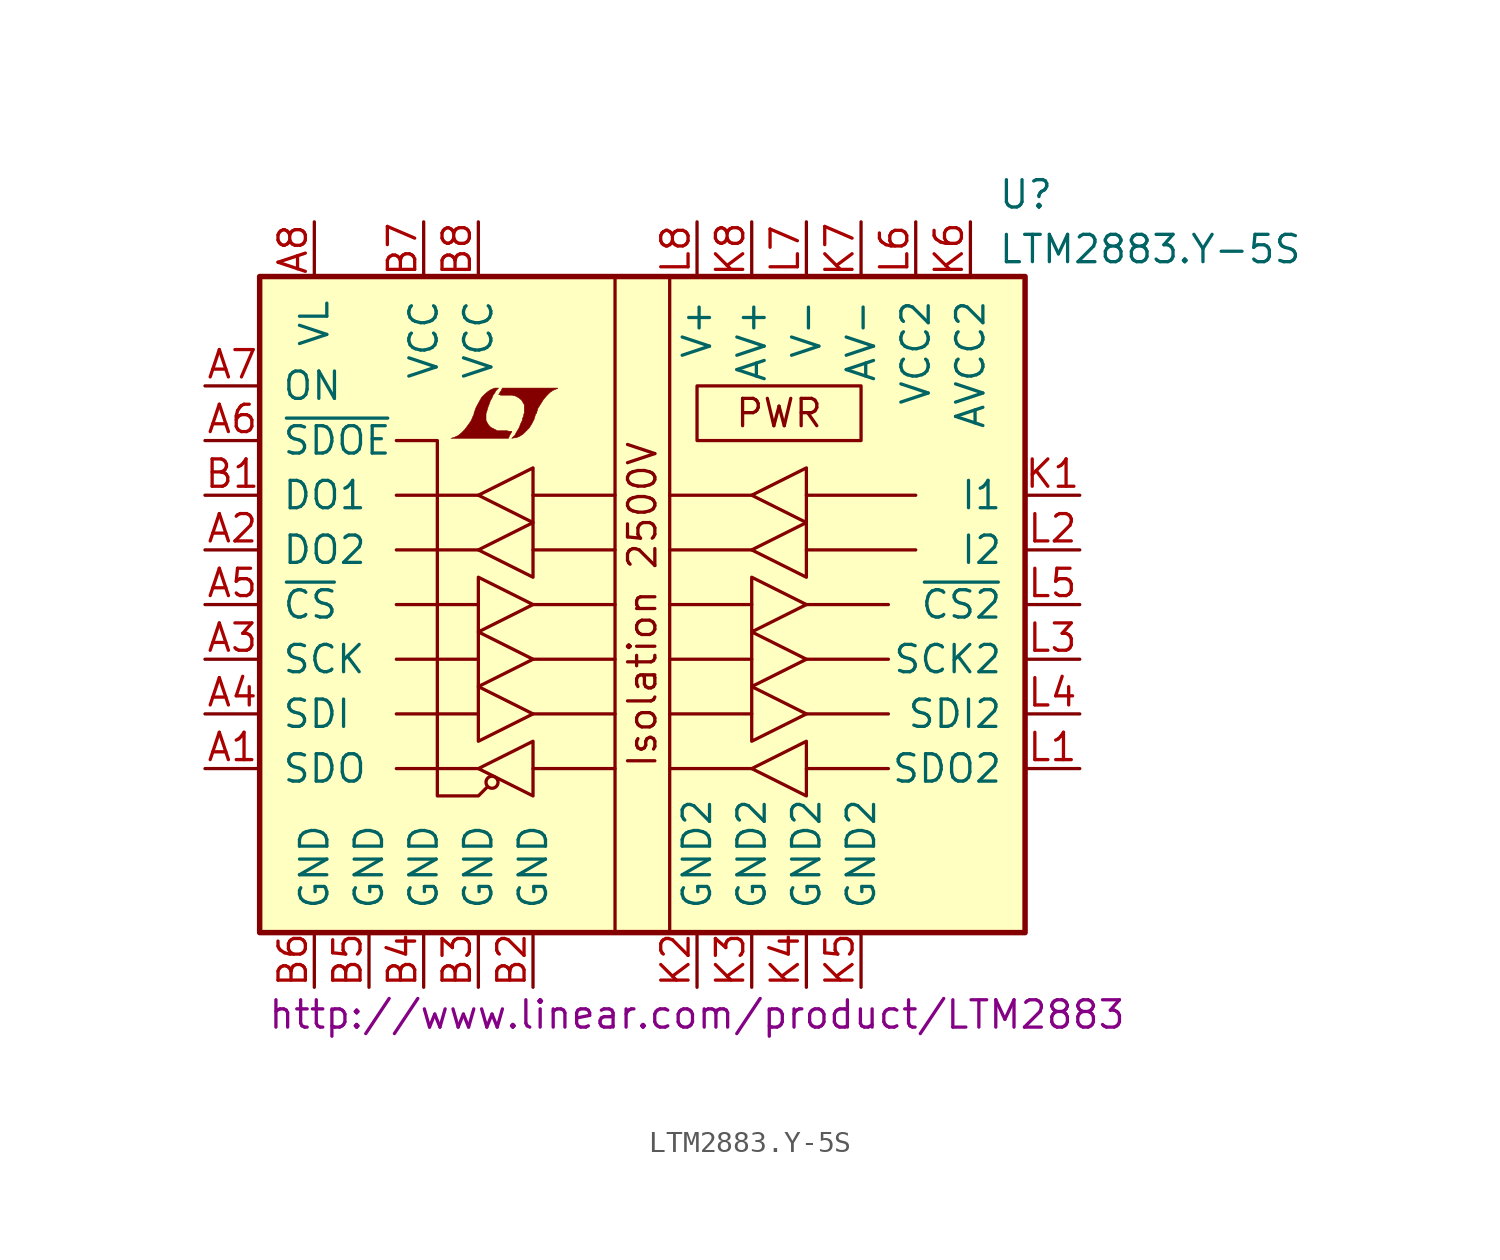
<source format=kicad_sym>
(kicad_symbol_lib
  (version 20201005)
  (generator kicad_symbol_editor)
  (symbol "LTM2883.Y-5S"
    (pin_names
      (offset 1.016))
    (property "Reference" "U"
      (at 16.51 19.05 0)
      (effects (font (size 1.27 1.27)) (justify left)))
    (property "Value" "LTM2883.Y-5S"
      (at 16.51 16.51 0)
      (effects (font (size 1.27 1.27)) (justify left)))
    (property "Datasheet" "http://www.linear.com/product/LTM2883"
      (at 2.54 -19.05 0)
      (effects (font (size 1.27 1.27))))
    (symbol "LTM2883.Y-5S_0_0"
      (text "Isolation 2500V" (at 0 0 900) (effects (font (size 1.27 1.27))))
      (text "PWR" (at 6.35 8.89 0) (effects (font (size 1.27 1.27))))
      (rectangle (start 2.54 10.16) (end 10.16 7.62) (stroke (width 0)) (fill (type none)))
      (polyline (pts (xy -6.147 7.899) (xy -6.121 7.925) (xy -6.071 8.026) (xy -6.071 8.052) (xy -6.198 8.052) (xy -6.299 8.077) (xy -6.756 8.077) (xy -6.782 8.103) (xy -7.036 8.23) (xy -7.137 8.331) (xy -7.214 8.458) (xy -7.264 8.56) (xy -7.264 8.865) (xy -7.214 9.017) (xy -7.188 9.119) (xy -7.163 9.195) (xy -7.112 9.322) (xy -7.061 9.474) (xy -6.985 9.601) (xy -6.934 9.728) (xy -6.858 9.83) (xy -6.807 9.931) (xy -6.68 10.058) (xy -6.858 10.058) (xy -6.985 10.008) (xy -7.087 9.957) (xy -7.163 9.906) (xy -7.29 9.804) (xy -7.468 9.627) (xy -7.722 9.169) (xy -7.823 8.89) (xy -7.823 8.839) (xy -7.874 8.738) (xy -7.925 8.611) (xy -7.976 8.509) (xy -8.103 8.331) (xy -8.255 8.128) (xy -8.407 7.976) (xy -8.56 7.849) (xy -8.738 7.772) (xy -8.89 7.722) (xy -6.223 7.722) (xy -6.147 7.899)) (stroke (width 0.025)) (fill (type outline)))
      (polyline (pts (xy -5.944 7.747) (xy -5.867 7.747) (xy -5.69 7.823) (xy -5.537 7.925) (xy -5.258 8.204) (xy -5.131 8.407) (xy -5.029 8.611) (xy -4.953 8.865) (xy -4.928 8.865) (xy -4.851 9.119) (xy -4.597 9.525) (xy -4.445 9.703) (xy -4.293 9.855) (xy -4.14 9.957) (xy -3.962 10.033) (xy -3.937 10.033) (xy -3.937 10.058) (xy -6.502 10.058) (xy -6.579 9.906) (xy -6.604 9.881) (xy -6.655 9.779) (xy -6.68 9.754) (xy -6.629 9.754) (xy -6.579 9.728) (xy -6.045 9.728) (xy -5.994 9.703) (xy -5.944 9.703) (xy -5.867 9.677) (xy -5.74 9.601) (xy -5.613 9.5) (xy -5.537 9.373) (xy -5.512 9.322) (xy -5.486 9.296) (xy -5.486 8.89) (xy -5.512 8.839) (xy -5.512 8.763) (xy -5.563 8.661) (xy -5.588 8.534) (xy -5.664 8.382) (xy -5.715 8.23) (xy -5.867 7.976) (xy -5.918 7.874) (xy -6.071 7.722) (xy -5.944 7.747)) (stroke (width 0.025)) (fill (type outline))))
    (symbol "LTM2883.Y-5S_0_1"
      (circle (center -6.985 -8.255) (radius 0.279) (stroke (width 0)) (fill (type none)))
      (rectangle (start -17.78 15.24) (end 17.78 -15.24) (stroke (width 0.254)) (fill (type background)))
      (rectangle (start -1.27 15.24) (end 1.27 -15.24) (stroke (width 0)) (fill (type none)))
      (polyline (pts (xy -11.43 -5.08) (xy -7.62 -5.08)) (stroke (width 0)) (fill (type none)))
      (polyline (pts (xy -11.43 -2.54) (xy -7.62 -2.54)) (stroke (width 0)) (fill (type none)))
      (polyline (pts (xy -7.62 -7.62) (xy -11.43 -7.62)) (stroke (width 0)) (fill (type none)))
      (polyline (pts (xy -7.62 0) (xy -11.43 0)) (stroke (width 0)) (fill (type none)))
      (polyline (pts (xy -7.62 2.54) (xy -11.43 2.54)) (stroke (width 0)) (fill (type none)))
      (polyline (pts (xy -7.62 5.08) (xy -11.43 5.08)) (stroke (width 0)) (fill (type none)))
      (polyline (pts (xy -5.08 -7.62) (xy -1.27 -7.62)) (stroke (width 0)) (fill (type none)))
      (polyline (pts (xy -5.08 -5.08) (xy -1.27 -5.08)) (stroke (width 0)) (fill (type none)))
      (polyline (pts (xy -5.08 -2.54) (xy -1.27 -2.54)) (stroke (width 0)) (fill (type none)))
      (polyline (pts (xy -5.08 0) (xy -1.27 0)) (stroke (width 0)) (fill (type none)))
      (polyline (pts (xy -5.08 2.54) (xy -1.27 2.54)) (stroke (width 0)) (fill (type none)))
      (polyline (pts (xy -5.08 5.08) (xy -1.27 5.08)) (stroke (width 0)) (fill (type none)))
      (polyline (pts (xy 1.27 -5.08) (xy 5.08 -5.08)) (stroke (width 0)) (fill (type none)))
      (polyline (pts (xy 1.27 -2.54) (xy 5.08 -2.54)) (stroke (width 0)) (fill (type none)))
      (polyline (pts (xy 5.08 -7.62) (xy 1.27 -7.62)) (stroke (width 0)) (fill (type none)))
      (polyline (pts (xy 5.08 0) (xy 1.27 0)) (stroke (width 0)) (fill (type none)))
      (polyline (pts (xy 5.08 2.54) (xy 1.27 2.54)) (stroke (width 0)) (fill (type none)))
      (polyline (pts (xy 5.08 5.08) (xy 1.27 5.08)) (stroke (width 0)) (fill (type none)))
      (polyline (pts (xy 7.62 -7.62) (xy 11.43 -7.62)) (stroke (width 0)) (fill (type none)))
      (polyline (pts (xy 7.62 -5.08) (xy 11.43 -5.08)) (stroke (width 0)) (fill (type none)))
      (polyline (pts (xy 7.62 -2.54) (xy 11.43 -2.54)) (stroke (width 0)) (fill (type none)))
      (polyline (pts (xy 7.62 0) (xy 11.43 0)) (stroke (width 0)) (fill (type none)))
      (polyline (pts (xy 7.62 2.54) (xy 12.7 2.54)) (stroke (width 0)) (fill (type none)))
      (polyline (pts (xy 7.62 5.08) (xy 12.7 5.08)) (stroke (width 0)) (fill (type none)))
      (polyline (pts (xy -7.62 -7.62) (xy -5.08 -6.35) (xy -5.08 -8.89) (xy -7.62 -7.62)) (stroke (width 0)) (fill (type none)))
      (polyline (pts (xy -7.62 -6.35) (xy -7.62 -3.81) (xy -5.08 -5.08) (xy -7.62 -6.35)) (stroke (width 0)) (fill (type none)))
      (polyline (pts (xy -7.62 5.08) (xy -5.08 6.35) (xy -5.08 3.81) (xy -7.62 5.08)) (stroke (width 0)) (fill (type none)))
      (polyline (pts (xy -5.08 -2.54) (xy -7.62 -1.27) (xy -7.62 -3.81) (xy -5.08 -2.54)) (stroke (width 0)) (fill (type none)))
      (polyline (pts (xy -5.08 0) (xy -7.62 1.27) (xy -7.62 -1.27) (xy -5.08 0)) (stroke (width 0)) (fill (type none)))
      (polyline (pts (xy -5.08 3.81) (xy -7.62 2.54) (xy -5.08 1.27) (xy -5.08 3.81)) (stroke (width 0)) (fill (type none)))
      (polyline (pts (xy 5.08 -7.62) (xy 7.62 -6.35) (xy 7.62 -8.89) (xy 5.08 -7.62)) (stroke (width 0)) (fill (type none)))
      (polyline (pts (xy 5.08 -6.35) (xy 5.08 -3.81) (xy 7.62 -5.08) (xy 5.08 -6.35)) (stroke (width 0)) (fill (type none)))
      (polyline (pts (xy 5.08 5.08) (xy 7.62 6.35) (xy 7.62 3.81) (xy 5.08 5.08)) (stroke (width 0)) (fill (type none)))
      (polyline (pts (xy 7.62 -2.54) (xy 5.08 -1.27) (xy 5.08 -3.81) (xy 7.62 -2.54)) (stroke (width 0)) (fill (type none)))
      (polyline (pts (xy 7.62 0) (xy 5.08 1.27) (xy 5.08 -1.27) (xy 7.62 0)) (stroke (width 0)) (fill (type none)))
      (polyline (pts (xy 7.62 3.81) (xy 5.08 2.54) (xy 7.62 1.27) (xy 7.62 3.81)) (stroke (width 0)) (fill (type none)))
      (polyline (pts (xy -7.239 -8.509) (xy -7.62 -8.89) (xy -9.525 -8.89) (xy -9.525 7.62) (xy -11.43 7.62)) (stroke (width 0)) (fill (type none))))
    (symbol "LTM2883.Y-5S_1_1"
      (pin output line (at -20.32 -7.62 0) (length 2.54) (name "SDO" (effects (font (size 1.27 1.27)))) (number "A1" (effects (font (size 1.27 1.27)))))
      (pin output line (at -20.32 2.54 0) (length 2.54) (name "DO2" (effects (font (size 1.27 1.27)))) (number "A2" (effects (font (size 1.27 1.27)))))
      (pin input line (at -20.32 -2.54 0) (length 2.54) (name "SCK" (effects (font (size 1.27 1.27)))) (number "A3" (effects (font (size 1.27 1.27)))))
      (pin input line (at -20.32 -5.08 0) (length 2.54) (name "SDI" (effects (font (size 1.27 1.27)))) (number "A4" (effects (font (size 1.27 1.27)))))
      (pin input line (at -20.32 0 0) (length 2.54) (name "~CS~" (effects (font (size 1.27 1.27)))) (number "A5" (effects (font (size 1.27 1.27)))))
      (pin input line (at -20.32 7.62 0) (length 2.54) (name "~SDOE~" (effects (font (size 1.27 1.27)))) (number "A6" (effects (font (size 1.27 1.27)))))
      (pin input line (at -20.32 10.16 0) (length 2.54) (name "ON" (effects (font (size 1.27 1.27)))) (number "A7" (effects (font (size 1.27 1.27)))))
      (pin power_in line (at -15.24 17.78 270) (length 2.54) (name "VL" (effects (font (size 1.27 1.27)))) (number "A8" (effects (font (size 1.27 1.27)))))
      (pin output line (at -20.32 5.08 0) (length 2.54) (name "DO1" (effects (font (size 1.27 1.27)))) (number "B1" (effects (font (size 1.27 1.27)))))
      (pin power_in line (at -5.08 -17.78 90) (length 2.54) (name "GND" (effects (font (size 1.27 1.27)))) (number "B2" (effects (font (size 1.27 1.27)))))
      (pin power_in line (at -7.62 -17.78 90) (length 2.54) (name "GND" (effects (font (size 1.27 1.27)))) (number "B3" (effects (font (size 1.27 1.27)))))
      (pin power_in line (at -10.16 -17.78 90) (length 2.54) (name "GND" (effects (font (size 1.27 1.27)))) (number "B4" (effects (font (size 1.27 1.27)))))
      (pin power_in line (at -12.7 -17.78 90) (length 2.54) (name "GND" (effects (font (size 1.27 1.27)))) (number "B5" (effects (font (size 1.27 1.27)))))
      (pin power_in line (at -15.24 -17.78 90) (length 2.54) (name "GND" (effects (font (size 1.27 1.27)))) (number "B6" (effects (font (size 1.27 1.27)))))
      (pin power_in line (at -10.16 17.78 270) (length 2.54) (name "VCC" (effects (font (size 1.27 1.27)))) (number "B7" (effects (font (size 1.27 1.27)))))
      (pin power_in line (at -7.62 17.78 270) (length 2.54) (name "VCC" (effects (font (size 1.27 1.27)))) (number "B8" (effects (font (size 1.27 1.27)))))
      (pin input line (at 20.32 5.08 180) (length 2.54) (name "I1" (effects (font (size 1.27 1.27)))) (number "K1" (effects (font (size 1.27 1.27)))))
      (pin power_out line (at 2.54 -17.78 90) (length 2.54) (name "GND2" (effects (font (size 1.27 1.27)))) (number "K2" (effects (font (size 1.27 1.27)))))
      (pin power_in line (at 5.08 -17.78 90) (length 2.54) (name "GND2" (effects (font (size 1.27 1.27)))) (number "K3" (effects (font (size 1.27 1.27)))))
      (pin power_in line (at 7.62 -17.78 90) (length 2.54) (name "GND2" (effects (font (size 1.27 1.27)))) (number "K4" (effects (font (size 1.27 1.27)))))
      (pin power_in line (at 10.16 -17.78 90) (length 2.54) (name "GND2" (effects (font (size 1.27 1.27)))) (number "K5" (effects (font (size 1.27 1.27)))))
      (pin passive line (at 15.24 17.78 270) (length 2.54) (name "AVCC2" (effects (font (size 1.27 1.27)))) (number "K6" (effects (font (size 1.27 1.27)))))
      (pin passive line (at 10.16 17.78 270) (length 2.54) (name "AV-" (effects (font (size 1.27 1.27)))) (number "K7" (effects (font (size 1.27 1.27)))))
      (pin passive line (at 5.08 17.78 270) (length 2.54) (name "AV+" (effects (font (size 1.27 1.27)))) (number "K8" (effects (font (size 1.27 1.27)))))
      (pin input line (at 20.32 -7.62 180) (length 2.54) (name "SDO2" (effects (font (size 1.27 1.27)))) (number "L1" (effects (font (size 1.27 1.27)))))
      (pin input line (at 20.32 2.54 180) (length 2.54) (name "I2" (effects (font (size 1.27 1.27)))) (number "L2" (effects (font (size 1.27 1.27)))))
      (pin output line (at 20.32 -2.54 180) (length 2.54) (name "SCK2" (effects (font (size 1.27 1.27)))) (number "L3" (effects (font (size 1.27 1.27)))))
      (pin bidirectional line (at 20.32 -5.08 180) (length 2.54) (name "SDI2" (effects (font (size 1.27 1.27)))) (number "L4" (effects (font (size 1.27 1.27)))))
      (pin output line (at 20.32 0 180) (length 2.54) (name "~CS2~" (effects (font (size 1.27 1.27)))) (number "L5" (effects (font (size 1.27 1.27)))))
      (pin power_out line (at 12.7 17.78 270) (length 2.54) (name "VCC2" (effects (font (size 1.27 1.27)))) (number "L6" (effects (font (size 1.27 1.27)))))
      (pin power_out line (at 7.62 17.78 270) (length 2.54) (name "V-" (effects (font (size 1.27 1.27)))) (number "L7" (effects (font (size 1.27 1.27)))))
      (pin power_out line (at 2.54 17.78 270) (length 2.54) (name "V+" (effects (font (size 1.27 1.27)))) (number "L8" (effects (font (size 1.27 1.27))))))))
</source>
